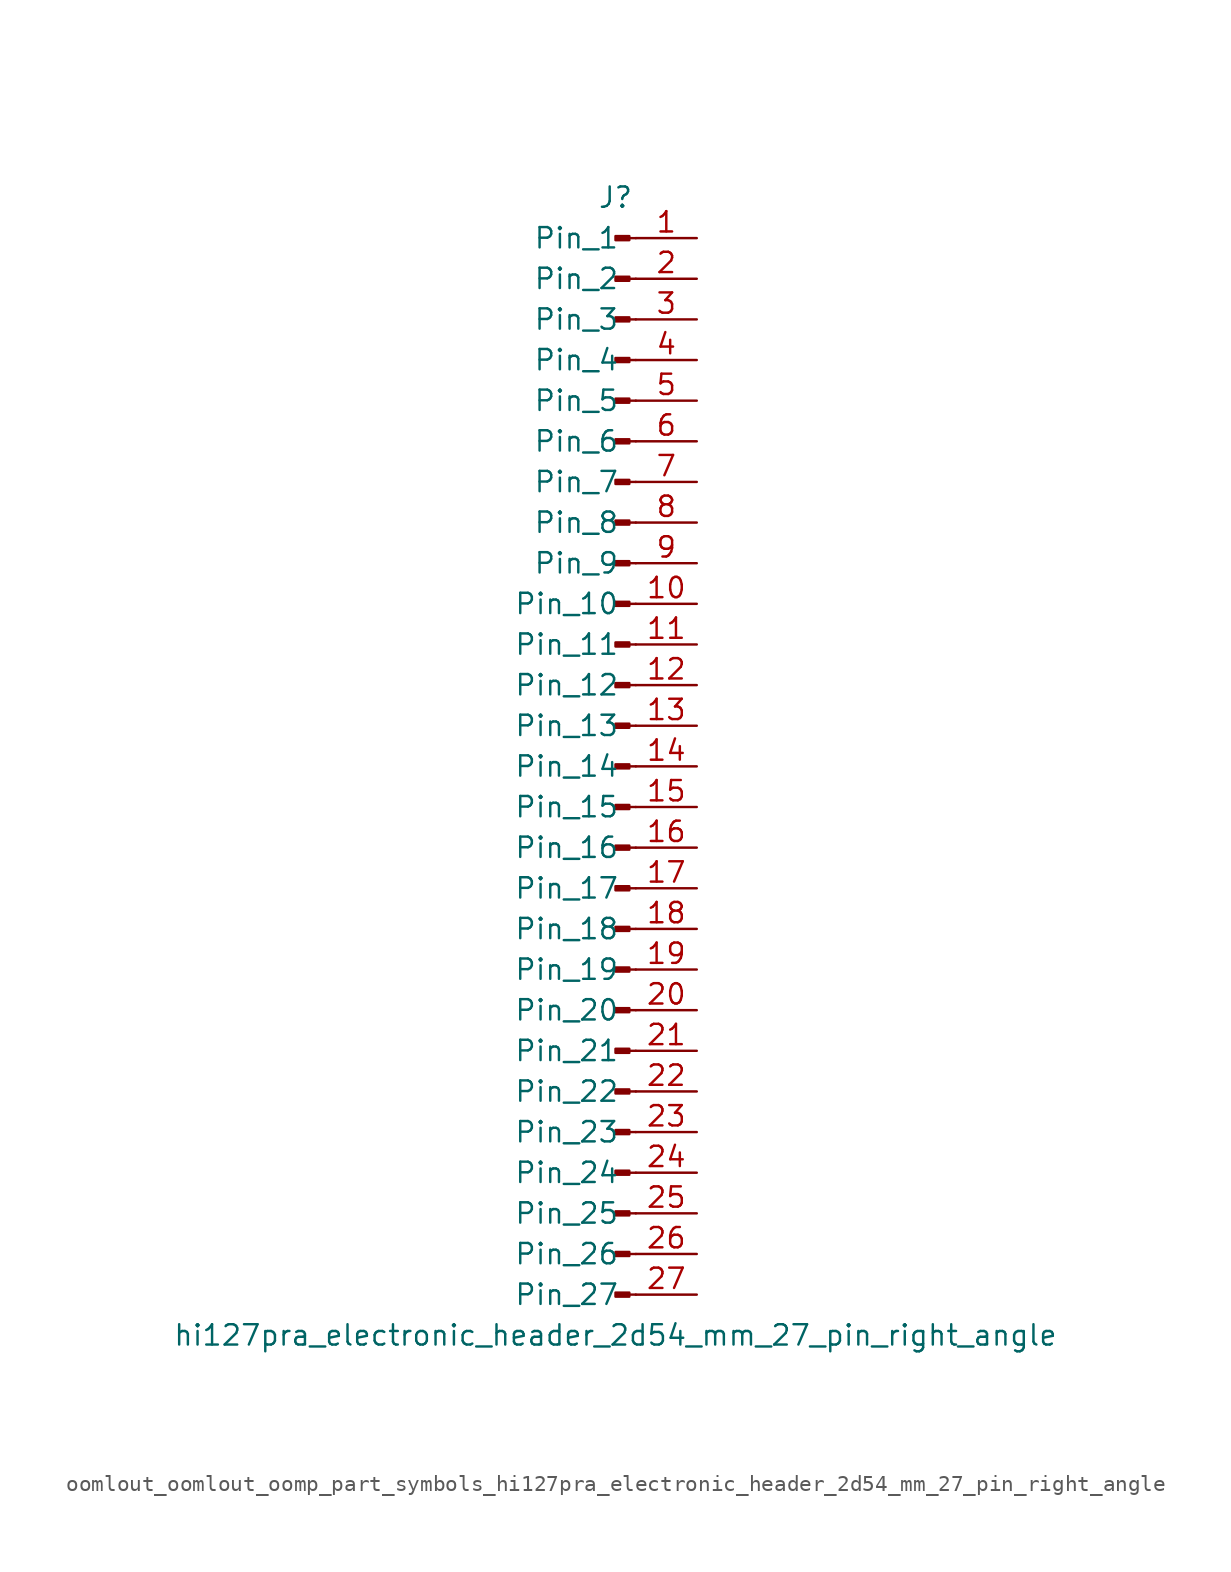
<source format=kicad_sym>
(kicad_symbol_lib
  (version 20220914)
  (generator kicad_symbol_editor)
  (symbol "oomlout_oomlout_oomp_part_symbols_hi127pra_electronic_header_2d54_mm_27_pin_right_angle"
    (pin_names
      (offset 1.016))
    (property "Reference" "J"
      (at 0 35.56 0)
      (effects (font (size 1.27 1.27))))
    (property "Value" "hi127pra_electronic_header_2d54_mm_27_pin_right_angle"
      (at 0 -35.56 0)
      (effects (font (size 1.27 1.27))))
    (property "ki_locked" ""
      (at 0 0 0)
      (effects (font (size 1.27 1.27))))
    (symbol "oomlout_oomlout_oomp_part_symbols_hi127pra_electronic_header_2d54_mm_27_pin_right_angle_1_1"
      (polyline (pts (xy 1.27 -33.02) (xy 0.864 -33.02)) (stroke (width 0.152) (type default)) (fill (type none)))
      (polyline (pts (xy 1.27 -30.48) (xy 0.864 -30.48)) (stroke (width 0.152) (type default)) (fill (type none)))
      (polyline (pts (xy 1.27 -27.94) (xy 0.864 -27.94)) (stroke (width 0.152) (type default)) (fill (type none)))
      (polyline (pts (xy 1.27 -25.4) (xy 0.864 -25.4)) (stroke (width 0.152) (type default)) (fill (type none)))
      (polyline (pts (xy 1.27 -22.86) (xy 0.864 -22.86)) (stroke (width 0.152) (type default)) (fill (type none)))
      (polyline (pts (xy 1.27 -20.32) (xy 0.864 -20.32)) (stroke (width 0.152) (type default)) (fill (type none)))
      (polyline (pts (xy 1.27 -17.78) (xy 0.864 -17.78)) (stroke (width 0.152) (type default)) (fill (type none)))
      (polyline (pts (xy 1.27 -15.24) (xy 0.864 -15.24)) (stroke (width 0.152) (type default)) (fill (type none)))
      (polyline (pts (xy 1.27 -12.7) (xy 0.864 -12.7)) (stroke (width 0.152) (type default)) (fill (type none)))
      (polyline (pts (xy 1.27 -10.16) (xy 0.864 -10.16)) (stroke (width 0.152) (type default)) (fill (type none)))
      (polyline (pts (xy 1.27 -7.62) (xy 0.864 -7.62)) (stroke (width 0.152) (type default)) (fill (type none)))
      (polyline (pts (xy 1.27 -5.08) (xy 0.864 -5.08)) (stroke (width 0.152) (type default)) (fill (type none)))
      (polyline (pts (xy 1.27 -2.54) (xy 0.864 -2.54)) (stroke (width 0.152) (type default)) (fill (type none)))
      (polyline (pts (xy 1.27 0) (xy 0.864 0)) (stroke (width 0.152) (type default)) (fill (type none)))
      (polyline (pts (xy 1.27 2.54) (xy 0.864 2.54)) (stroke (width 0.152) (type default)) (fill (type none)))
      (polyline (pts (xy 1.27 5.08) (xy 0.864 5.08)) (stroke (width 0.152) (type default)) (fill (type none)))
      (polyline (pts (xy 1.27 7.62) (xy 0.864 7.62)) (stroke (width 0.152) (type default)) (fill (type none)))
      (polyline (pts (xy 1.27 10.16) (xy 0.864 10.16)) (stroke (width 0.152) (type default)) (fill (type none)))
      (polyline (pts (xy 1.27 12.7) (xy 0.864 12.7)) (stroke (width 0.152) (type default)) (fill (type none)))
      (polyline (pts (xy 1.27 15.24) (xy 0.864 15.24)) (stroke (width 0.152) (type default)) (fill (type none)))
      (polyline (pts (xy 1.27 17.78) (xy 0.864 17.78)) (stroke (width 0.152) (type default)) (fill (type none)))
      (polyline (pts (xy 1.27 20.32) (xy 0.864 20.32)) (stroke (width 0.152) (type default)) (fill (type none)))
      (polyline (pts (xy 1.27 22.86) (xy 0.864 22.86)) (stroke (width 0.152) (type default)) (fill (type none)))
      (polyline (pts (xy 1.27 25.4) (xy 0.864 25.4)) (stroke (width 0.152) (type default)) (fill (type none)))
      (polyline (pts (xy 1.27 27.94) (xy 0.864 27.94)) (stroke (width 0.152) (type default)) (fill (type none)))
      (polyline (pts (xy 1.27 30.48) (xy 0.864 30.48)) (stroke (width 0.152) (type default)) (fill (type none)))
      (polyline (pts (xy 1.27 33.02) (xy 0.864 33.02)) (stroke (width 0.152) (type default)) (fill (type none)))
      (rectangle (start 0.864 -32.893) (end 0 -33.147) (stroke (width 0.152) (type default)) (fill (type outline)))
      (rectangle (start 0.864 -30.353) (end 0 -30.607) (stroke (width 0.152) (type default)) (fill (type outline)))
      (rectangle (start 0.864 -27.813) (end 0 -28.067) (stroke (width 0.152) (type default)) (fill (type outline)))
      (rectangle (start 0.864 -25.273) (end 0 -25.527) (stroke (width 0.152) (type default)) (fill (type outline)))
      (rectangle (start 0.864 -22.733) (end 0 -22.987) (stroke (width 0.152) (type default)) (fill (type outline)))
      (rectangle (start 0.864 -20.193) (end 0 -20.447) (stroke (width 0.152) (type default)) (fill (type outline)))
      (rectangle (start 0.864 -17.653) (end 0 -17.907) (stroke (width 0.152) (type default)) (fill (type outline)))
      (rectangle (start 0.864 -15.113) (end 0 -15.367) (stroke (width 0.152) (type default)) (fill (type outline)))
      (rectangle (start 0.864 -12.573) (end 0 -12.827) (stroke (width 0.152) (type default)) (fill (type outline)))
      (rectangle (start 0.864 -10.033) (end 0 -10.287) (stroke (width 0.152) (type default)) (fill (type outline)))
      (rectangle (start 0.864 -7.493) (end 0 -7.747) (stroke (width 0.152) (type default)) (fill (type outline)))
      (rectangle (start 0.864 -4.953) (end 0 -5.207) (stroke (width 0.152) (type default)) (fill (type outline)))
      (rectangle (start 0.864 -2.413) (end 0 -2.667) (stroke (width 0.152) (type default)) (fill (type outline)))
      (rectangle (start 0.864 0.127) (end 0 -0.127) (stroke (width 0.152) (type default)) (fill (type outline)))
      (rectangle (start 0.864 2.667) (end 0 2.413) (stroke (width 0.152) (type default)) (fill (type outline)))
      (rectangle (start 0.864 5.207) (end 0 4.953) (stroke (width 0.152) (type default)) (fill (type outline)))
      (rectangle (start 0.864 7.747) (end 0 7.493) (stroke (width 0.152) (type default)) (fill (type outline)))
      (rectangle (start 0.864 10.287) (end 0 10.033) (stroke (width 0.152) (type default)) (fill (type outline)))
      (rectangle (start 0.864 12.827) (end 0 12.573) (stroke (width 0.152) (type default)) (fill (type outline)))
      (rectangle (start 0.864 15.367) (end 0 15.113) (stroke (width 0.152) (type default)) (fill (type outline)))
      (rectangle (start 0.864 17.907) (end 0 17.653) (stroke (width 0.152) (type default)) (fill (type outline)))
      (rectangle (start 0.864 20.447) (end 0 20.193) (stroke (width 0.152) (type default)) (fill (type outline)))
      (rectangle (start 0.864 22.987) (end 0 22.733) (stroke (width 0.152) (type default)) (fill (type outline)))
      (rectangle (start 0.864 25.527) (end 0 25.273) (stroke (width 0.152) (type default)) (fill (type outline)))
      (rectangle (start 0.864 28.067) (end 0 27.813) (stroke (width 0.152) (type default)) (fill (type outline)))
      (rectangle (start 0.864 30.607) (end 0 30.353) (stroke (width 0.152) (type default)) (fill (type outline)))
      (rectangle (start 0.864 33.147) (end 0 32.893) (stroke (width 0.152) (type default)) (fill (type outline)))
      (pin passive line (at 5.08 33.02 180) (length 3.81) (name "Pin_1" (effects (font (size 1.27 1.27)))) (number "1" (effects (font (size 1.27 1.27)))))
      (pin passive line (at 5.08 10.16 180) (length 3.81) (name "Pin_10" (effects (font (size 1.27 1.27)))) (number "10" (effects (font (size 1.27 1.27)))))
      (pin passive line (at 5.08 7.62 180) (length 3.81) (name "Pin_11" (effects (font (size 1.27 1.27)))) (number "11" (effects (font (size 1.27 1.27)))))
      (pin passive line (at 5.08 5.08 180) (length 3.81) (name "Pin_12" (effects (font (size 1.27 1.27)))) (number "12" (effects (font (size 1.27 1.27)))))
      (pin passive line (at 5.08 2.54 180) (length 3.81) (name "Pin_13" (effects (font (size 1.27 1.27)))) (number "13" (effects (font (size 1.27 1.27)))))
      (pin passive line (at 5.08 0 180) (length 3.81) (name "Pin_14" (effects (font (size 1.27 1.27)))) (number "14" (effects (font (size 1.27 1.27)))))
      (pin passive line (at 5.08 -2.54 180) (length 3.81) (name "Pin_15" (effects (font (size 1.27 1.27)))) (number "15" (effects (font (size 1.27 1.27)))))
      (pin passive line (at 5.08 -5.08 180) (length 3.81) (name "Pin_16" (effects (font (size 1.27 1.27)))) (number "16" (effects (font (size 1.27 1.27)))))
      (pin passive line (at 5.08 -7.62 180) (length 3.81) (name "Pin_17" (effects (font (size 1.27 1.27)))) (number "17" (effects (font (size 1.27 1.27)))))
      (pin passive line (at 5.08 -10.16 180) (length 3.81) (name "Pin_18" (effects (font (size 1.27 1.27)))) (number "18" (effects (font (size 1.27 1.27)))))
      (pin passive line (at 5.08 -12.7 180) (length 3.81) (name "Pin_19" (effects (font (size 1.27 1.27)))) (number "19" (effects (font (size 1.27 1.27)))))
      (pin passive line (at 5.08 30.48 180) (length 3.81) (name "Pin_2" (effects (font (size 1.27 1.27)))) (number "2" (effects (font (size 1.27 1.27)))))
      (pin passive line (at 5.08 -15.24 180) (length 3.81) (name "Pin_20" (effects (font (size 1.27 1.27)))) (number "20" (effects (font (size 1.27 1.27)))))
      (pin passive line (at 5.08 -17.78 180) (length 3.81) (name "Pin_21" (effects (font (size 1.27 1.27)))) (number "21" (effects (font (size 1.27 1.27)))))
      (pin passive line (at 5.08 -20.32 180) (length 3.81) (name "Pin_22" (effects (font (size 1.27 1.27)))) (number "22" (effects (font (size 1.27 1.27)))))
      (pin passive line (at 5.08 -22.86 180) (length 3.81) (name "Pin_23" (effects (font (size 1.27 1.27)))) (number "23" (effects (font (size 1.27 1.27)))))
      (pin passive line (at 5.08 -25.4 180) (length 3.81) (name "Pin_24" (effects (font (size 1.27 1.27)))) (number "24" (effects (font (size 1.27 1.27)))))
      (pin passive line (at 5.08 -27.94 180) (length 3.81) (name "Pin_25" (effects (font (size 1.27 1.27)))) (number "25" (effects (font (size 1.27 1.27)))))
      (pin passive line (at 5.08 -30.48 180) (length 3.81) (name "Pin_26" (effects (font (size 1.27 1.27)))) (number "26" (effects (font (size 1.27 1.27)))))
      (pin passive line (at 5.08 -33.02 180) (length 3.81) (name "Pin_27" (effects (font (size 1.27 1.27)))) (number "27" (effects (font (size 1.27 1.27)))))
      (pin passive line (at 5.08 27.94 180) (length 3.81) (name "Pin_3" (effects (font (size 1.27 1.27)))) (number "3" (effects (font (size 1.27 1.27)))))
      (pin passive line (at 5.08 25.4 180) (length 3.81) (name "Pin_4" (effects (font (size 1.27 1.27)))) (number "4" (effects (font (size 1.27 1.27)))))
      (pin passive line (at 5.08 22.86 180) (length 3.81) (name "Pin_5" (effects (font (size 1.27 1.27)))) (number "5" (effects (font (size 1.27 1.27)))))
      (pin passive line (at 5.08 20.32 180) (length 3.81) (name "Pin_6" (effects (font (size 1.27 1.27)))) (number "6" (effects (font (size 1.27 1.27)))))
      (pin passive line (at 5.08 17.78 180) (length 3.81) (name "Pin_7" (effects (font (size 1.27 1.27)))) (number "7" (effects (font (size 1.27 1.27)))))
      (pin passive line (at 5.08 15.24 180) (length 3.81) (name "Pin_8" (effects (font (size 1.27 1.27)))) (number "8" (effects (font (size 1.27 1.27)))))
      (pin passive line (at 5.08 12.7 180) (length 3.81) (name "Pin_9" (effects (font (size 1.27 1.27)))) (number "9" (effects (font (size 1.27 1.27))))))))
</source>
